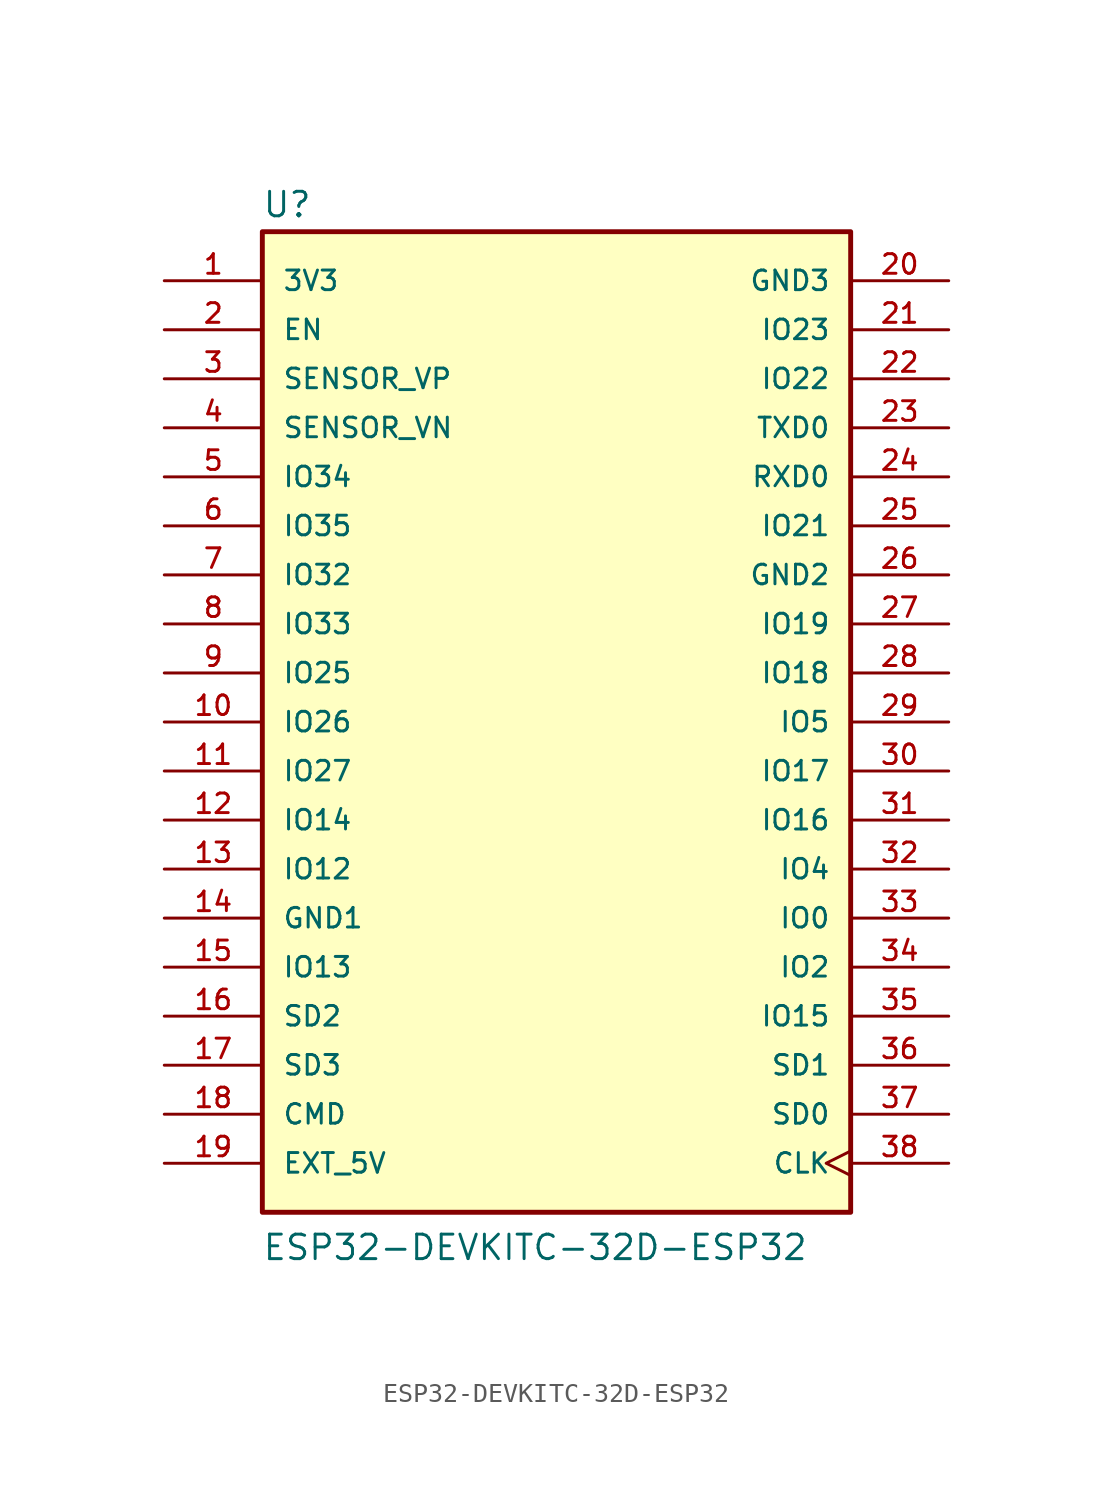
<source format=kicad_sym>
(kicad_symbol_lib
  (version 20220914)
  (generator kicad_symbol_editor)
  (symbol "ESP32-DEVKITC-32D-ESP32"
    (pin_names
      (offset 1.016))
    (property "Reference" "U"
      (at -15.265 26.06 0)
      (effects (font (size 1.27 1.27)) (justify left bottom)))
    (property "Value" "ESP32-DEVKITC-32D-ESP32"
      (at -15.265 -27.965 0)
      (effects (font (size 1.27 1.27)) (justify left bottom)))
    (property "ki_locked" ""
      (at 0 0 0)
      (effects (font (size 1.27 1.27))))
    (symbol "ESP32-DEVKITC-32D-ESP32_0_0"
      (rectangle (start -15.24 -25.4) (end 15.24 25.4) (stroke (width 0.254) (type solid)) (fill (type background)))
      (pin power_in line (at -20.32 22.86 0) (length 5.08) (name "3V3" (effects (font (size 1.016 1.016)))) (number "1" (effects (font (size 1.016 1.016)))))
      (pin bidirectional line (at -20.32 0 0) (length 5.08) (name "IO26" (effects (font (size 1.016 1.016)))) (number "10" (effects (font (size 1.016 1.016)))))
      (pin bidirectional line (at -20.32 -2.54 0) (length 5.08) (name "IO27" (effects (font (size 1.016 1.016)))) (number "11" (effects (font (size 1.016 1.016)))))
      (pin bidirectional line (at -20.32 -5.08 0) (length 5.08) (name "IO14" (effects (font (size 1.016 1.016)))) (number "12" (effects (font (size 1.016 1.016)))))
      (pin bidirectional line (at -20.32 -7.62 0) (length 5.08) (name "IO12" (effects (font (size 1.016 1.016)))) (number "13" (effects (font (size 1.016 1.016)))))
      (pin power_in line (at -20.32 -10.16 0) (length 5.08) (name "GND1" (effects (font (size 1.016 1.016)))) (number "14" (effects (font (size 1.016 1.016)))))
      (pin bidirectional line (at -20.32 -12.7 0) (length 5.08) (name "IO13" (effects (font (size 1.016 1.016)))) (number "15" (effects (font (size 1.016 1.016)))))
      (pin bidirectional line (at -20.32 -15.24 0) (length 5.08) (name "SD2" (effects (font (size 1.016 1.016)))) (number "16" (effects (font (size 1.016 1.016)))))
      (pin bidirectional line (at -20.32 -17.78 0) (length 5.08) (name "SD3" (effects (font (size 1.016 1.016)))) (number "17" (effects (font (size 1.016 1.016)))))
      (pin bidirectional line (at -20.32 -20.32 0) (length 5.08) (name "CMD" (effects (font (size 1.016 1.016)))) (number "18" (effects (font (size 1.016 1.016)))))
      (pin power_in line (at -20.32 -22.86 0) (length 5.08) (name "EXT_5V" (effects (font (size 1.016 1.016)))) (number "19" (effects (font (size 1.016 1.016)))))
      (pin input line (at -20.32 20.32 0) (length 5.08) (name "EN" (effects (font (size 1.016 1.016)))) (number "2" (effects (font (size 1.016 1.016)))))
      (pin power_in line (at 20.32 22.86 180) (length 5.08) (name "GND3" (effects (font (size 1.016 1.016)))) (number "20" (effects (font (size 1.016 1.016)))))
      (pin bidirectional line (at 20.32 20.32 180) (length 5.08) (name "IO23" (effects (font (size 1.016 1.016)))) (number "21" (effects (font (size 1.016 1.016)))))
      (pin bidirectional line (at 20.32 17.78 180) (length 5.08) (name "IO22" (effects (font (size 1.016 1.016)))) (number "22" (effects (font (size 1.016 1.016)))))
      (pin output line (at 20.32 15.24 180) (length 5.08) (name "TXD0" (effects (font (size 1.016 1.016)))) (number "23" (effects (font (size 1.016 1.016)))))
      (pin input line (at 20.32 12.7 180) (length 5.08) (name "RXD0" (effects (font (size 1.016 1.016)))) (number "24" (effects (font (size 1.016 1.016)))))
      (pin bidirectional line (at 20.32 10.16 180) (length 5.08) (name "IO21" (effects (font (size 1.016 1.016)))) (number "25" (effects (font (size 1.016 1.016)))))
      (pin power_in line (at 20.32 7.62 180) (length 5.08) (name "GND2" (effects (font (size 1.016 1.016)))) (number "26" (effects (font (size 1.016 1.016)))))
      (pin bidirectional line (at 20.32 5.08 180) (length 5.08) (name "IO19" (effects (font (size 1.016 1.016)))) (number "27" (effects (font (size 1.016 1.016)))))
      (pin bidirectional line (at 20.32 2.54 180) (length 5.08) (name "IO18" (effects (font (size 1.016 1.016)))) (number "28" (effects (font (size 1.016 1.016)))))
      (pin bidirectional line (at 20.32 0 180) (length 5.08) (name "IO5" (effects (font (size 1.016 1.016)))) (number "29" (effects (font (size 1.016 1.016)))))
      (pin input line (at -20.32 17.78 0) (length 5.08) (name "SENSOR_VP" (effects (font (size 1.016 1.016)))) (number "3" (effects (font (size 1.016 1.016)))))
      (pin bidirectional line (at 20.32 -2.54 180) (length 5.08) (name "IO17" (effects (font (size 1.016 1.016)))) (number "30" (effects (font (size 1.016 1.016)))))
      (pin bidirectional line (at 20.32 -5.08 180) (length 5.08) (name "IO16" (effects (font (size 1.016 1.016)))) (number "31" (effects (font (size 1.016 1.016)))))
      (pin bidirectional line (at 20.32 -7.62 180) (length 5.08) (name "IO4" (effects (font (size 1.016 1.016)))) (number "32" (effects (font (size 1.016 1.016)))))
      (pin bidirectional line (at 20.32 -10.16 180) (length 5.08) (name "IO0" (effects (font (size 1.016 1.016)))) (number "33" (effects (font (size 1.016 1.016)))))
      (pin bidirectional line (at 20.32 -12.7 180) (length 5.08) (name "IO2" (effects (font (size 1.016 1.016)))) (number "34" (effects (font (size 1.016 1.016)))))
      (pin bidirectional line (at 20.32 -15.24 180) (length 5.08) (name "IO15" (effects (font (size 1.016 1.016)))) (number "35" (effects (font (size 1.016 1.016)))))
      (pin bidirectional line (at 20.32 -17.78 180) (length 5.08) (name "SD1" (effects (font (size 1.016 1.016)))) (number "36" (effects (font (size 1.016 1.016)))))
      (pin bidirectional line (at 20.32 -20.32 180) (length 5.08) (name "SD0" (effects (font (size 1.016 1.016)))) (number "37" (effects (font (size 1.016 1.016)))))
      (pin input clock (at 20.32 -22.86 180) (length 5.08) (name "CLK" (effects (font (size 1.016 1.016)))) (number "38" (effects (font (size 1.016 1.016)))))
      (pin input line (at -20.32 15.24 0) (length 5.08) (name "SENSOR_VN" (effects (font (size 1.016 1.016)))) (number "4" (effects (font (size 1.016 1.016)))))
      (pin bidirectional line (at -20.32 12.7 0) (length 5.08) (name "IO34" (effects (font (size 1.016 1.016)))) (number "5" (effects (font (size 1.016 1.016)))))
      (pin bidirectional line (at -20.32 10.16 0) (length 5.08) (name "IO35" (effects (font (size 1.016 1.016)))) (number "6" (effects (font (size 1.016 1.016)))))
      (pin bidirectional line (at -20.32 7.62 0) (length 5.08) (name "IO32" (effects (font (size 1.016 1.016)))) (number "7" (effects (font (size 1.016 1.016)))))
      (pin bidirectional line (at -20.32 5.08 0) (length 5.08) (name "IO33" (effects (font (size 1.016 1.016)))) (number "8" (effects (font (size 1.016 1.016)))))
      (pin bidirectional line (at -20.32 2.54 0) (length 5.08) (name "IO25" (effects (font (size 1.016 1.016)))) (number "9" (effects (font (size 1.016 1.016))))))))
</source>
